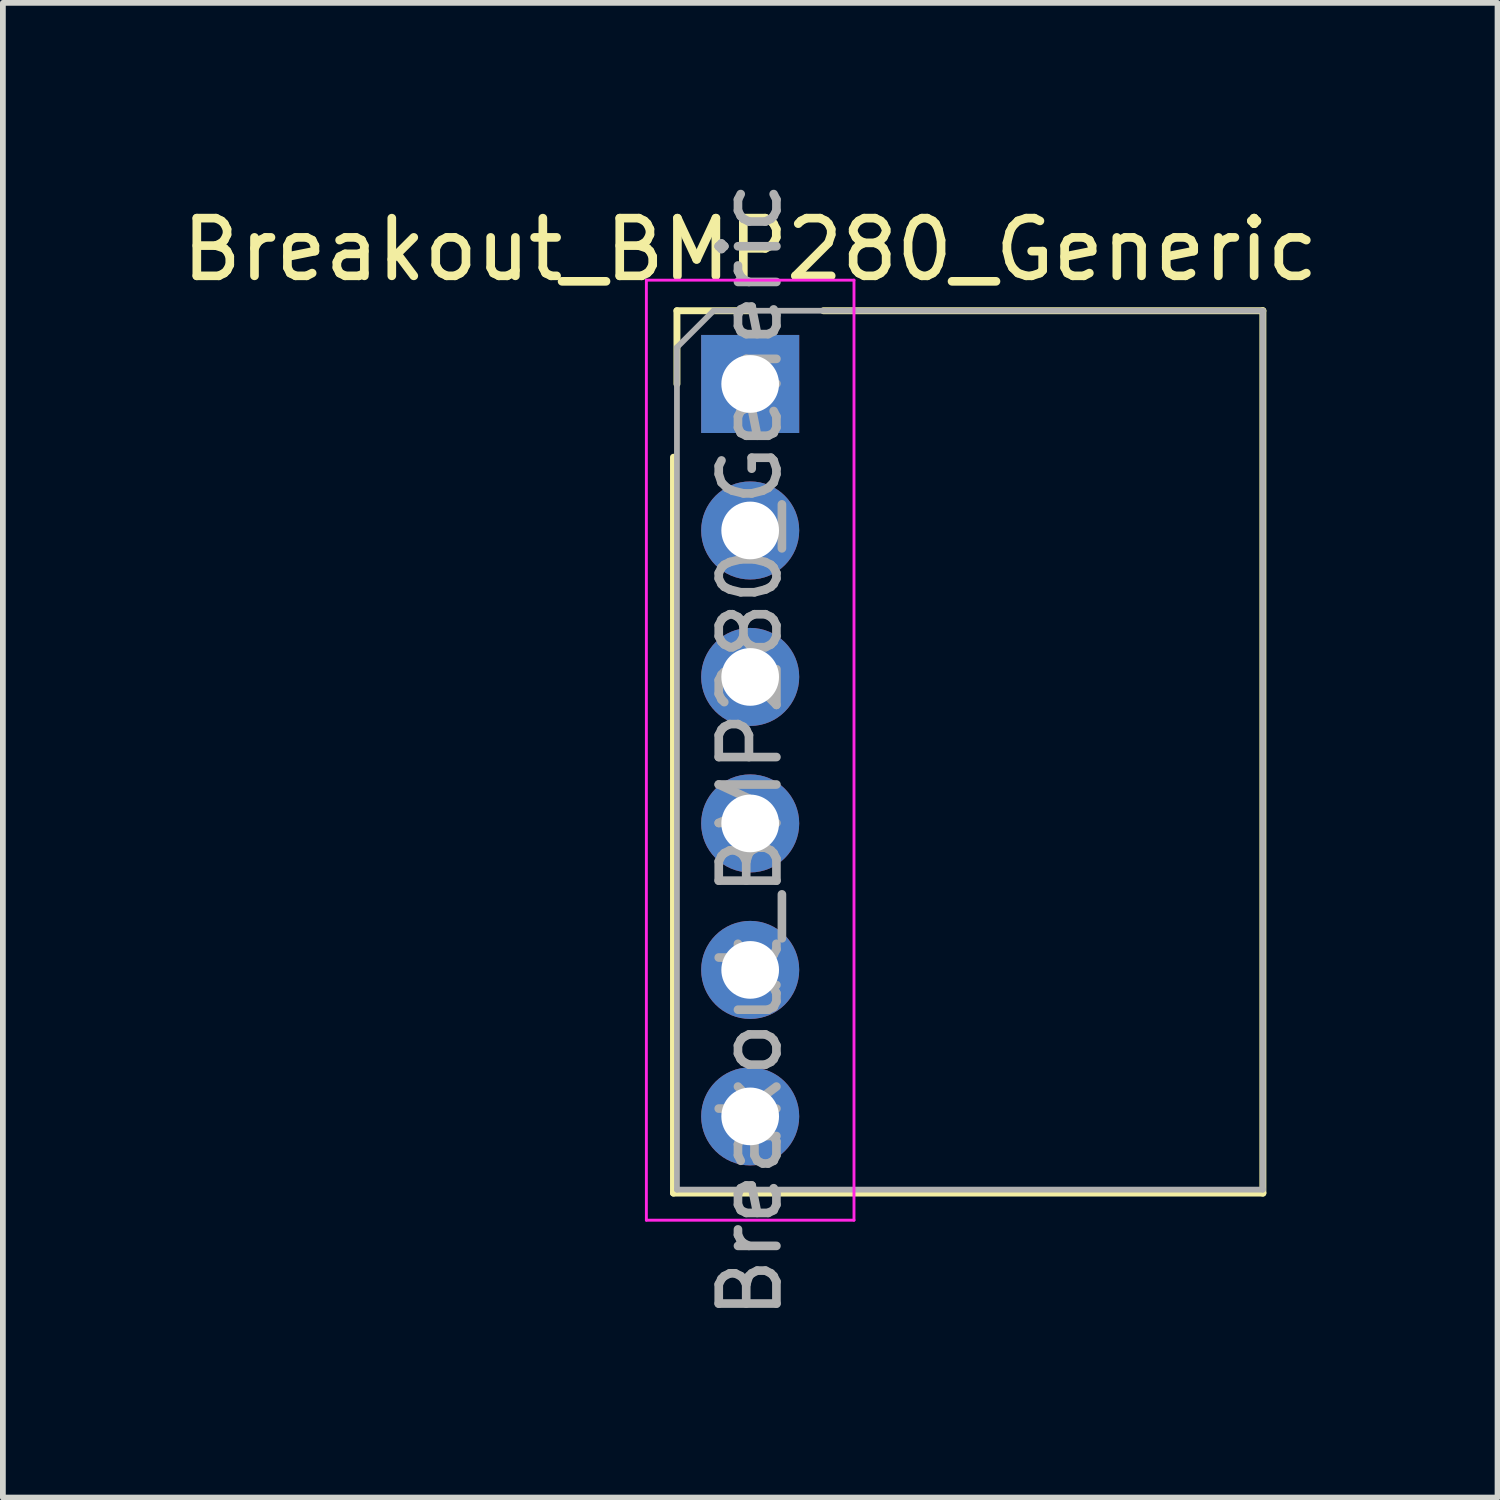
<source format=kicad_pcb>
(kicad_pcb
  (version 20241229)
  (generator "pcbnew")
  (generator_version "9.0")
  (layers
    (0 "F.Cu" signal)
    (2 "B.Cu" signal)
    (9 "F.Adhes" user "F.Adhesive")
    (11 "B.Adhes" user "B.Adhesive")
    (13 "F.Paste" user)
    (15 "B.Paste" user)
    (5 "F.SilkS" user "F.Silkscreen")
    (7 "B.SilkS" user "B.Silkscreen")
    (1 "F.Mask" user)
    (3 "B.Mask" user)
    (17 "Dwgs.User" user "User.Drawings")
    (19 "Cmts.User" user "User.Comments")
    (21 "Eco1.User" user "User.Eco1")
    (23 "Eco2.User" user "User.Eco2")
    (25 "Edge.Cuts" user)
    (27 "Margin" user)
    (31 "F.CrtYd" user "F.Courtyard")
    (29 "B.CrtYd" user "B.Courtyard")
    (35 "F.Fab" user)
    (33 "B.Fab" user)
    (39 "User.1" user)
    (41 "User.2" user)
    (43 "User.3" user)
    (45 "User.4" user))
  (footprint "Breakout_BMP280_Generic"
    (layer "F.Cu")
    (at 9.958 3.608)
    (property "Reference" "Breakout_BMP280_Generic" (at 0 -2.33 0) (layer "F.SilkS") (effects (font (size 1 1) (thickness 0.15))))
    (attr through_hole)
    (fp_line (start -1.33 1.27) (end -1.33 14.03) (stroke (width 0.12) (type solid)) (layer "F.SilkS"))
    (fp_line (start -1.33 14.03) (end 8.89 14.03) (stroke (width 0.12) (type solid)) (layer "F.SilkS"))
    (fp_line (start -1.27 -1.27) (end 0 -1.27) (stroke (width 0.12) (type solid)) (layer "F.SilkS"))
    (fp_line (start -1.27 0) (end -1.27 -1.27) (stroke (width 0.12) (type solid)) (layer "F.SilkS"))
    (fp_line (start 1.27 -1.27) (end 8.89 -1.27) (stroke (width 0.12) (type solid)) (layer "F.SilkS"))
    (fp_line (start 8.89 -1.27) (end 8.89 14.03) (stroke (width 0.12) (type solid)) (layer "F.SilkS"))
    (fp_line (start -1.8 -1.8) (end -1.8 14.5) (stroke (width 0.05) (type solid)) (layer "F.CrtYd"))
    (fp_line (start -1.8 14.5) (end 1.8 14.5) (stroke (width 0.05) (type solid)) (layer "F.CrtYd"))
    (fp_line (start 1.8 -1.8) (end -1.8 -1.8) (stroke (width 0.05) (type solid)) (layer "F.CrtYd"))
    (fp_line (start 1.8 14.5) (end 1.8 -1.8) (stroke (width 0.05) (type solid)) (layer "F.CrtYd"))
    (fp_line (start -1.27 -0.635) (end -0.635 -1.27) (stroke (width 0.1) (type solid)) (layer "F.Fab"))
    (fp_line (start -1.27 13.97) (end -1.27 -0.635) (stroke (width 0.1) (type solid)) (layer "F.Fab"))
    (fp_line (start -0.635 -1.27) (end 8.89 -1.27) (stroke (width 0.1) (type solid)) (layer "F.Fab"))
    (fp_line (start 8.89 -1.27) (end 8.89 13.97) (stroke (width 0.1) (type solid)) (layer "F.Fab"))
    (fp_line (start 8.89 13.97) (end -1.27 13.97) (stroke (width 0.1) (type solid)) (layer "F.Fab"))
    (fp_text user "${REFERENCE}" (at 0 6.35 90) (layer "F.Fab") (effects (font (size 1 1) (thickness 0.15))))
    (pad "1" thru_hole rect (at 0 0) (size 1.7 1.7) (drill 1) (layers "*.Cu" "*.Mask"))
    (pad "2" thru_hole oval (at 0 2.54) (size 1.7 1.7) (drill 1) (layers "*.Cu" "*.Mask"))
    (pad "3" thru_hole oval (at 0 5.08) (size 1.7 1.7) (drill 1) (layers "*.Cu" "*.Mask"))
    (pad "4" thru_hole oval (at 0 7.62) (size 1.7 1.7) (drill 1) (layers "*.Cu" "*.Mask"))
    (pad "5" thru_hole oval (at 0 10.16) (size 1.7 1.7) (drill 1) (layers "*.Cu" "*.Mask"))
    (pad "6" thru_hole oval (at 0 12.7) (size 1.7 1.7) (drill 1) (layers "*.Cu" "*.Mask")))
  (gr_rect
    (start -3 -3)
    (end 22.917 22.917)
    (stroke (width 0.1) (type default))
    (fill no)
    (layer "Edge.Cuts")))
</source>
